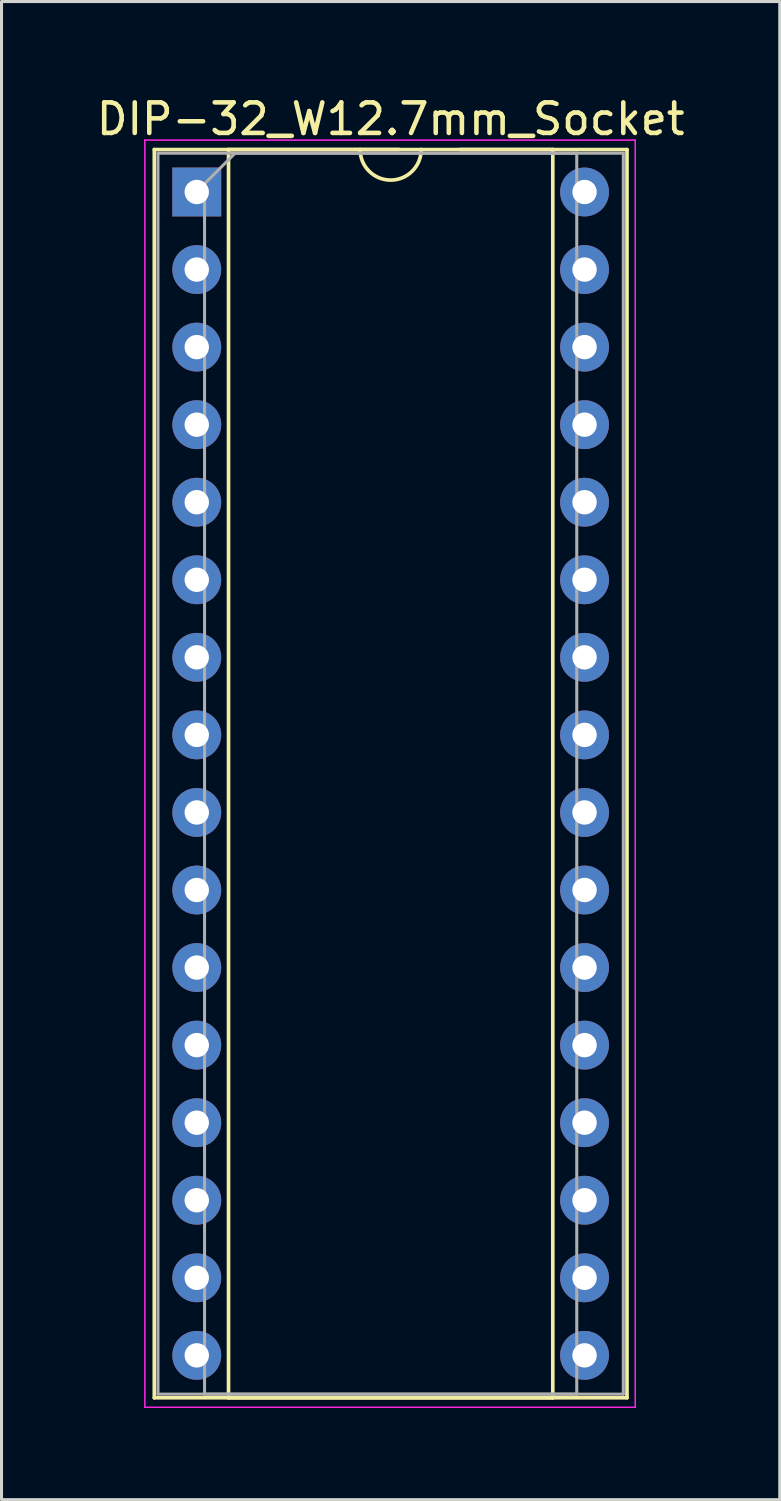
<source format=kicad_pcb>
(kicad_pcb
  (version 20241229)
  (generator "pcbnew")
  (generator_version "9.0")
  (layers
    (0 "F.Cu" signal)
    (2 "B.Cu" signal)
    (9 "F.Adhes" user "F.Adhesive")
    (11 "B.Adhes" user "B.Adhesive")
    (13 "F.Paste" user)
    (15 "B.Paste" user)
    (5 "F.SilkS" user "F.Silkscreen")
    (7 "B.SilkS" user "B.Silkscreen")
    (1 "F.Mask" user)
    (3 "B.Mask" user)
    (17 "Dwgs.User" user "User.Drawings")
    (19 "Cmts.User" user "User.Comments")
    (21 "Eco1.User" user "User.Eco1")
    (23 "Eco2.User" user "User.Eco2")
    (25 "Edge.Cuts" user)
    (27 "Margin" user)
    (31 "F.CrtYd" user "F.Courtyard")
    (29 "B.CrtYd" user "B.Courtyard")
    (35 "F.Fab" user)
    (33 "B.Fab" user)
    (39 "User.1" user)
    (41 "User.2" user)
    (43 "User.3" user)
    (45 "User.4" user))
  (footprint "DIP-32_W12.7mm_Socket"
    (layer "F.Cu")
    (at 3.394 3.238)
    (property "Reference" "DIP-32_W12.7mm_Socket" (at 6.35 -2.39 0) (layer "F.SilkS") (effects (font (size 1 1) (thickness 0.15))))
    (attr through_hole)
    (fp_line (start -1.39 -1.39) (end -1.39 39.49) (stroke (width 0.12) (type solid)) (layer "F.SilkS"))
    (fp_line (start -1.39 39.49) (end 14.09 39.49) (stroke (width 0.12) (type solid)) (layer "F.SilkS"))
    (fp_line (start 1.04 -1.39) (end 1.04 39.49) (stroke (width 0.12) (type solid)) (layer "F.SilkS"))
    (fp_line (start 1.04 39.49) (end 11.66 39.49) (stroke (width 0.12) (type solid)) (layer "F.SilkS"))
    (fp_line (start 6.62 -1.39) (end 1.04 -1.39) (stroke (width 0.12) (type solid)) (layer "F.SilkS"))
    (fp_line (start 11.66 -1.39) (end 8.62 -1.39) (stroke (width 0.12) (type solid)) (layer "F.SilkS"))
    (fp_line (start 11.66 39.49) (end 11.66 -1.39) (stroke (width 0.12) (type solid)) (layer "F.SilkS"))
    (fp_line (start 14.09 -1.39) (end -1.39 -1.39) (stroke (width 0.12) (type solid)) (layer "F.SilkS"))
    (fp_line (start 14.09 39.49) (end 14.09 -1.39) (stroke (width 0.12) (type solid)) (layer "F.SilkS"))
    (fp_arc (start 7.35 -1.39) (mid 6.35 -0.39) (end 5.35 -1.39) (stroke (width 0.12) (type solid)) (layer "F.SilkS"))
    (fp_line (start -1.7 -1.7) (end -1.7 39.8) (stroke (width 0.05) (type solid)) (layer "F.CrtYd"))
    (fp_line (start -1.7 39.8) (end 14.36 39.8) (stroke (width 0.05) (type solid)) (layer "F.CrtYd"))
    (fp_line (start 14.36 -1.7) (end -1.7 -1.7) (stroke (width 0.05) (type solid)) (layer "F.CrtYd"))
    (fp_line (start 14.36 39.8) (end 14.36 -1.7) (stroke (width 0.05) (type solid)) (layer "F.CrtYd"))
    (fp_line (start -1.27 -1.27) (end -1.27 39.37) (stroke (width 0.1) (type solid)) (layer "F.Fab"))
    (fp_line (start -1.27 39.37) (end 13.97 39.37) (stroke (width 0.1) (type solid)) (layer "F.Fab"))
    (fp_line (start 0.255 -0.27) (end 1.255 -1.27) (stroke (width 0.1) (type solid)) (layer "F.Fab"))
    (fp_line (start 0.255 39.37) (end 0.255 -0.27) (stroke (width 0.1) (type solid)) (layer "F.Fab"))
    (fp_line (start 1.255 -1.27) (end 12.445 -1.27) (stroke (width 0.1) (type solid)) (layer "F.Fab"))
    (fp_line (start 12.445 -1.27) (end 12.445 39.37) (stroke (width 0.1) (type solid)) (layer "F.Fab"))
    (fp_line (start 12.445 39.37) (end 0.255 39.37) (stroke (width 0.1) (type solid)) (layer "F.Fab"))
    (fp_line (start 13.97 -1.27) (end -1.27 -1.27) (stroke (width 0.1) (type solid)) (layer "F.Fab"))
    (fp_line (start 13.97 39.37) (end 13.97 -1.27) (stroke (width 0.1) (type solid)) (layer "F.Fab"))
    (pad "1" thru_hole rect (at 0 0) (size 1.6 1.6) (drill 0.8) (layers "*.Cu" "*.Mask"))
    (pad "2" thru_hole oval (at 0 2.54) (size 1.6 1.6) (drill 0.8) (layers "*.Cu" "*.Mask"))
    (pad "3" thru_hole oval (at 0 5.08) (size 1.6 1.6) (drill 0.8) (layers "*.Cu" "*.Mask"))
    (pad "4" thru_hole oval (at 0 7.62) (size 1.6 1.6) (drill 0.8) (layers "*.Cu" "*.Mask"))
    (pad "5" thru_hole oval (at 0 10.16) (size 1.6 1.6) (drill 0.8) (layers "*.Cu" "*.Mask"))
    (pad "6" thru_hole oval (at 0 12.7) (size 1.6 1.6) (drill 0.8) (layers "*.Cu" "*.Mask"))
    (pad "7" thru_hole oval (at 0 15.24) (size 1.6 1.6) (drill 0.8) (layers "*.Cu" "*.Mask"))
    (pad "8" thru_hole oval (at 0 17.78) (size 1.6 1.6) (drill 0.8) (layers "*.Cu" "*.Mask"))
    (pad "9" thru_hole oval (at 0 20.32) (size 1.6 1.6) (drill 0.8) (layers "*.Cu" "*.Mask"))
    (pad "10" thru_hole oval (at 0 22.86) (size 1.6 1.6) (drill 0.8) (layers "*.Cu" "*.Mask"))
    (pad "11" thru_hole oval (at 0 25.4) (size 1.6 1.6) (drill 0.8) (layers "*.Cu" "*.Mask"))
    (pad "12" thru_hole oval (at 0 27.94) (size 1.6 1.6) (drill 0.8) (layers "*.Cu" "*.Mask"))
    (pad "13" thru_hole oval (at 0 30.48) (size 1.6 1.6) (drill 0.8) (layers "*.Cu" "*.Mask"))
    (pad "14" thru_hole oval (at 0 33.02) (size 1.6 1.6) (drill 0.8) (layers "*.Cu" "*.Mask"))
    (pad "15" thru_hole oval (at 0 35.56) (size 1.6 1.6) (drill 0.8) (layers "*.Cu" "*.Mask"))
    (pad "16" thru_hole oval (at 0 38.1) (size 1.6 1.6) (drill 0.8) (layers "*.Cu" "*.Mask"))
    (pad "17" thru_hole oval (at 12.7 38.1) (size 1.6 1.6) (drill 0.8) (layers "*.Cu" "*.Mask"))
    (pad "18" thru_hole oval (at 12.7 35.56) (size 1.6 1.6) (drill 0.8) (layers "*.Cu" "*.Mask"))
    (pad "19" thru_hole oval (at 12.7 33.02) (size 1.6 1.6) (drill 0.8) (layers "*.Cu" "*.Mask"))
    (pad "20" thru_hole oval (at 12.7 30.48) (size 1.6 1.6) (drill 0.8) (layers "*.Cu" "*.Mask"))
    (pad "21" thru_hole oval (at 12.7 27.94) (size 1.6 1.6) (drill 0.8) (layers "*.Cu" "*.Mask"))
    (pad "22" thru_hole oval (at 12.7 25.4) (size 1.6 1.6) (drill 0.8) (layers "*.Cu" "*.Mask"))
    (pad "23" thru_hole oval (at 12.7 22.86) (size 1.6 1.6) (drill 0.8) (layers "*.Cu" "*.Mask"))
    (pad "24" thru_hole oval (at 12.7 20.32) (size 1.6 1.6) (drill 0.8) (layers "*.Cu" "*.Mask"))
    (pad "25" thru_hole oval (at 12.7 17.78) (size 1.6 1.6) (drill 0.8) (layers "*.Cu" "*.Mask"))
    (pad "26" thru_hole oval (at 12.7 15.24) (size 1.6 1.6) (drill 0.8) (layers "*.Cu" "*.Mask"))
    (pad "27" thru_hole oval (at 12.7 12.7) (size 1.6 1.6) (drill 0.8) (layers "*.Cu" "*.Mask"))
    (pad "28" thru_hole oval (at 12.7 10.16) (size 1.6 1.6) (drill 0.8) (layers "*.Cu" "*.Mask"))
    (pad "29" thru_hole oval (at 12.7 7.62) (size 1.6 1.6) (drill 0.8) (layers "*.Cu" "*.Mask"))
    (pad "30" thru_hole oval (at 12.7 5.08) (size 1.6 1.6) (drill 0.8) (layers "*.Cu" "*.Mask"))
    (pad "31" thru_hole oval (at 12.7 2.54) (size 1.6 1.6) (drill 0.8) (layers "*.Cu" "*.Mask"))
    (pad "32" thru_hole oval (at 12.7 0) (size 1.6 1.6) (drill 0.8) (layers "*.Cu" "*.Mask")))
  (gr_rect
    (start -3 -3)
    (end 22.488 46.063)
    (stroke (width 0.1) (type default))
    (fill no)
    (layer "Edge.Cuts")))
</source>
